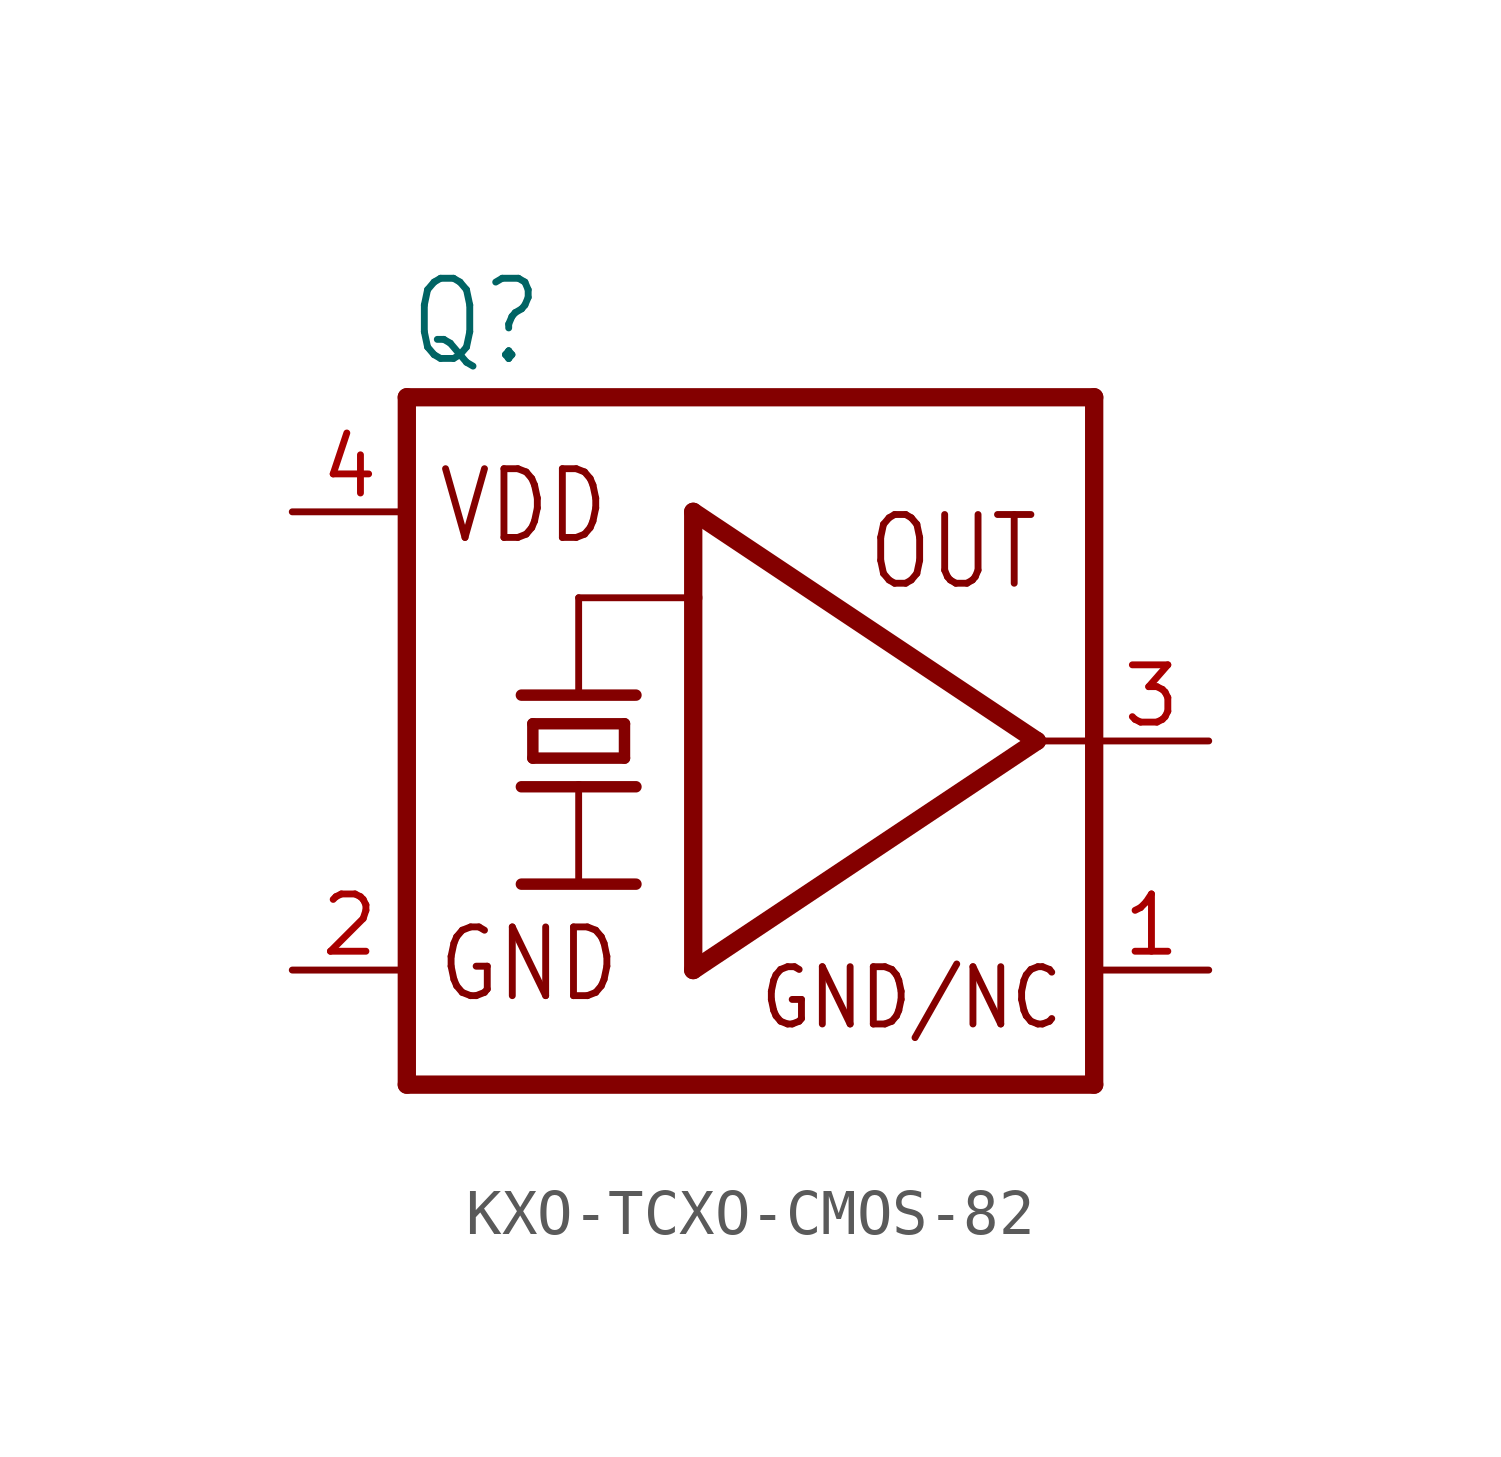
<source format=kicad_sym>
(kicad_symbol_lib
  (version 20201005)
  (generator kicad_symbol_editor)
  (symbol "KXO-TCXO-CMOS-82"
    (property "Reference" "Q"
      (at -7.62 8.255 0)
      (effects (font (size 1.778 1.511)) (justify left bottom)))
    (property "ki_locked" ""
      (at 0 0 0)
      (effects (font (size 1.27 1.27))))
    (symbol "KXO-TCXO-CMOS-82_1_0"
      (text "GND" (at -6.985 -5.842 0) (effects (font (size 1.524 1.295)) (justify left bottom)))
      (text "GND/NC" (at 6.985 -4.953 0) (effects (font (size 1.27 1.079)) (justify right top)))
      (text "OUT" (at 2.54 3.302 0) (effects (font (size 1.524 1.295)) (justify left bottom)))
      (text "VDD" (at -6.985 4.318 0) (effects (font (size 1.524 1.295)) (justify left bottom)))
      (polyline (pts (xy -7.62 7.62) (xy -7.62 -7.62)) (stroke (width 0.406)) (fill (type none)))
      (polyline (pts (xy -7.62 7.62) (xy 7.62 7.62)) (stroke (width 0.406)) (fill (type none)))
      (polyline (pts (xy -5.08 -3.175) (xy -2.54 -3.175)) (stroke (width 0.254)) (fill (type none)))
      (polyline (pts (xy -5.08 -1.016) (xy -3.81 -1.016)) (stroke (width 0.254)) (fill (type none)))
      (polyline (pts (xy -5.08 1.016) (xy -2.54 1.016)) (stroke (width 0.254)) (fill (type none)))
      (polyline (pts (xy -4.826 -0.381) (xy -4.826 0.381)) (stroke (width 0.254)) (fill (type none)))
      (polyline (pts (xy -4.826 -0.381) (xy -2.794 -0.381)) (stroke (width 0.254)) (fill (type none)))
      (polyline (pts (xy -4.826 0.381) (xy -2.794 0.381)) (stroke (width 0.254)) (fill (type none)))
      (polyline (pts (xy -3.81 -3.175) (xy -3.81 -1.016)) (stroke (width 0.152)) (fill (type none)))
      (polyline (pts (xy -3.81 -1.016) (xy -2.54 -1.016)) (stroke (width 0.254)) (fill (type none)))
      (polyline (pts (xy -3.81 1.016) (xy -3.81 3.175)) (stroke (width 0.152)) (fill (type none)))
      (polyline (pts (xy -3.81 3.175) (xy -1.27 3.175)) (stroke (width 0.152)) (fill (type none)))
      (polyline (pts (xy -2.794 0.381) (xy -2.794 -0.381)) (stroke (width 0.254)) (fill (type none)))
      (polyline (pts (xy -1.27 -5.08) (xy -1.27 3.175)) (stroke (width 0.406)) (fill (type none)))
      (polyline (pts (xy -1.27 3.175) (xy -1.27 5.08)) (stroke (width 0.406)) (fill (type none)))
      (polyline (pts (xy -1.27 5.08) (xy 6.35 0)) (stroke (width 0.406)) (fill (type none)))
      (polyline (pts (xy 6.35 0) (xy -1.27 -5.08)) (stroke (width 0.406)) (fill (type none)))
      (polyline (pts (xy 6.35 0) (xy 7.62 0)) (stroke (width 0.152)) (fill (type none)))
      (polyline (pts (xy 7.62 -7.62) (xy -7.62 -7.62)) (stroke (width 0.406)) (fill (type none)))
      (polyline (pts (xy 7.62 -7.62) (xy 7.62 0)) (stroke (width 0.406)) (fill (type none)))
      (polyline (pts (xy 7.62 0) (xy 7.62 7.62)) (stroke (width 0.406)) (fill (type none)))
      (pin power_in line (at 10.16 -5.08 180) (length 2.54) (name "GND/NC" (effects (font (size 0 0)))) (number "1" (effects (font (size 1.27 1.27)))))
      (pin power_in line (at -10.16 -5.08 0) (length 2.54) (name "GND" (effects (font (size 0 0)))) (number "2" (effects (font (size 1.27 1.27)))))
      (pin output line (at 10.16 0 180) (length 2.54) (name "OUT" (effects (font (size 0 0)))) (number "3" (effects (font (size 1.27 1.27)))))
      (pin power_in line (at -10.16 5.08 0) (length 2.54) (name "VDD" (effects (font (size 0 0)))) (number "4" (effects (font (size 1.27 1.27))))))))
</source>
